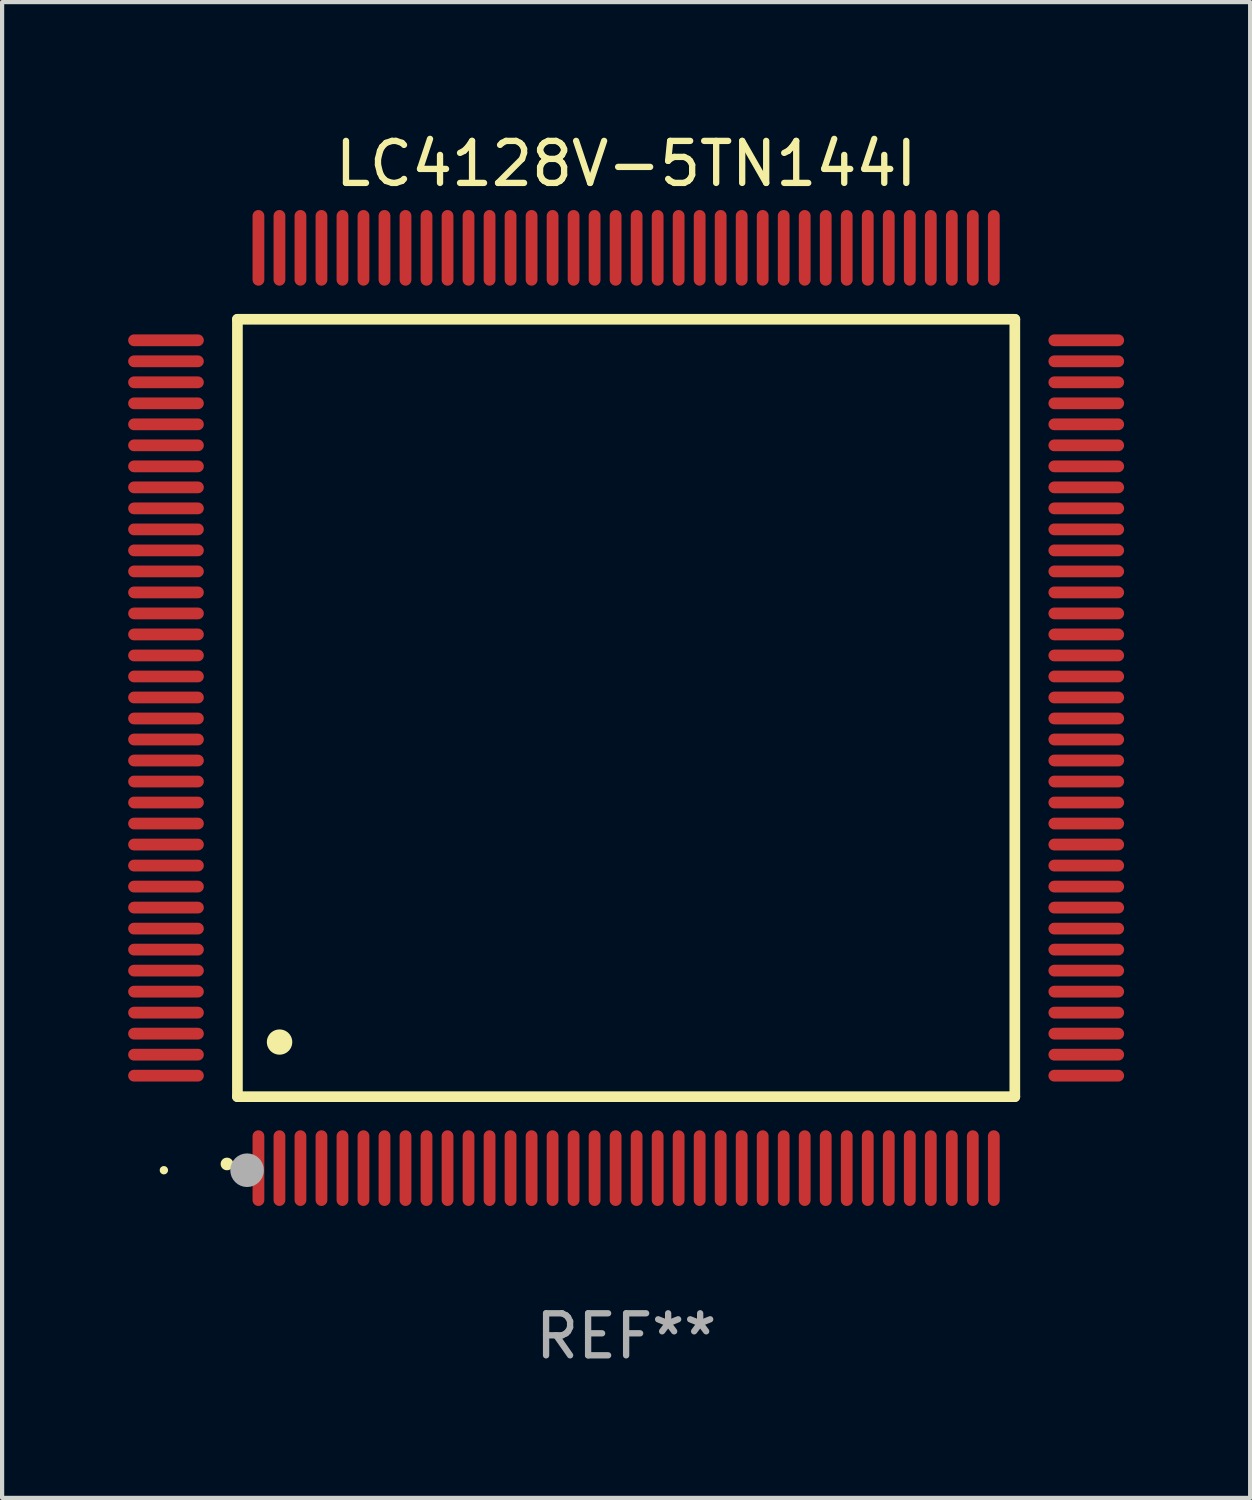
<source format=kicad_pcb>
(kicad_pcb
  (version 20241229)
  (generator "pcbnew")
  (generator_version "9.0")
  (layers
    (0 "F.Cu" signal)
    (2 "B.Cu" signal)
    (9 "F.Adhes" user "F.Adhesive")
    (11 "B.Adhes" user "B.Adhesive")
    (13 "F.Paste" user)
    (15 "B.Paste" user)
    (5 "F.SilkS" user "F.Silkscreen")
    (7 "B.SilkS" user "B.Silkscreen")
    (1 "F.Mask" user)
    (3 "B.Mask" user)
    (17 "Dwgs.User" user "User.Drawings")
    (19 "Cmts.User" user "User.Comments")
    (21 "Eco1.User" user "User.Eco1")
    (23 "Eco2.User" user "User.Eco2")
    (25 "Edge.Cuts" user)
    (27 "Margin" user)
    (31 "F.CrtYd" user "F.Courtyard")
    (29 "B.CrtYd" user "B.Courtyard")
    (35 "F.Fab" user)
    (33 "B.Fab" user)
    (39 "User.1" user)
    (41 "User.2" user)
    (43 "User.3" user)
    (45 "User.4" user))
  (footprint "LC4128V-5TN144I"
    (layer "F.Cu")
    (at 11.85 13.798)
    (property "Reference" "LC4128V-5TN144I" (at 0 -12.95 0) (layer "F.SilkS") (effects (font (size 1 1) (thickness 0.15))))
    (attr through_hole)
    (fp_line (start -9.25 -9.25) (end -9.25 9.25) (stroke (width 0.254) (type solid)) (layer "F.SilkS"))
    (fp_line (start -9.25 9.25) (end 9.25 9.25) (stroke (width 0.254) (type solid)) (layer "F.SilkS"))
    (fp_line (start 9.25 -9.25) (end -9.25 -9.25) (stroke (width 0.254) (type solid)) (layer "F.SilkS"))
    (fp_line (start 9.25 9.25) (end 9.25 -9.25) (stroke (width 0.254) (type solid)) (layer "F.SilkS"))
    (fp_arc (start -9.499619 10.850902) (mid -9.498349 10.850897) (end -9.497079 10.850902) (stroke (width 0.3) (type solid)) (layer "F.SilkS"))
    (fp_arc (start -8.249936 7.950216) (mid -8.247396 7.950205) (end -8.244856 7.950216) (stroke (width 0.6) (type solid)) (layer "F.SilkS"))
    (fp_circle (center -11 11) (end -10.95 11) (stroke (width 0.1) (type solid)) (fill no) (layer "F.SilkS"))
    (fp_circle (center -9.02 11) (end -8.82 11) (stroke (width 0.4) (type solid)) (fill no) (layer "F.Fab"))
    (fp_text user "REF**" (at 0 14.95 0) (layer "F.Fab") (effects (font (size 1 1) (thickness 0.15))))
    (pad "1" smd oval (at -8.75 10.95) (size 0.28 1.8) (layers "F.Cu" "F.Mask" "F.Paste"))
    (pad "2" smd oval (at -8.25 10.95) (size 0.28 1.8) (layers "F.Cu" "F.Mask" "F.Paste"))
    (pad "3" smd oval (at -7.75 10.95) (size 0.28 1.8) (layers "F.Cu" "F.Mask" "F.Paste"))
    (pad "4" smd oval (at -7.25 10.95) (size 0.28 1.8) (layers "F.Cu" "F.Mask" "F.Paste"))
    (pad "5" smd oval (at -6.75 10.95) (size 0.28 1.8) (layers "F.Cu" "F.Mask" "F.Paste"))
    (pad "6" smd oval (at -6.25 10.95) (size 0.28 1.8) (layers "F.Cu" "F.Mask" "F.Paste"))
    (pad "7" smd oval (at -5.75 10.95) (size 0.28 1.8) (layers "F.Cu" "F.Mask" "F.Paste"))
    (pad "8" smd oval (at -5.25 10.95) (size 0.28 1.8) (layers "F.Cu" "F.Mask" "F.Paste"))
    (pad "9" smd oval (at -4.75 10.95) (size 0.28 1.8) (layers "F.Cu" "F.Mask" "F.Paste"))
    (pad "10" smd oval (at -4.25 10.95) (size 0.28 1.8) (layers "F.Cu" "F.Mask" "F.Paste"))
    (pad "11" smd oval (at -3.75 10.95) (size 0.28 1.8) (layers "F.Cu" "F.Mask" "F.Paste"))
    (pad "12" smd oval (at -3.25 10.95) (size 0.28 1.8) (layers "F.Cu" "F.Mask" "F.Paste"))
    (pad "13" smd oval (at -2.75 10.95) (size 0.28 1.8) (layers "F.Cu" "F.Mask" "F.Paste"))
    (pad "14" smd oval (at -2.25 10.95) (size 0.28 1.8) (layers "F.Cu" "F.Mask" "F.Paste"))
    (pad "15" smd oval (at -1.75 10.95) (size 0.28 1.8) (layers "F.Cu" "F.Mask" "F.Paste"))
    (pad "16" smd oval (at -1.25 10.95) (size 0.28 1.8) (layers "F.Cu" "F.Mask" "F.Paste"))
    (pad "17" smd oval (at -0.75 10.95) (size 0.28 1.8) (layers "F.Cu" "F.Mask" "F.Paste"))
    (pad "18" smd oval (at -0.25 10.95) (size 0.28 1.8) (layers "F.Cu" "F.Mask" "F.Paste"))
    (pad "19" smd oval (at 0.25 10.95) (size 0.28 1.8) (layers "F.Cu" "F.Mask" "F.Paste"))
    (pad "20" smd oval (at 0.75 10.95) (size 0.28 1.8) (layers "F.Cu" "F.Mask" "F.Paste"))
    (pad "21" smd oval (at 1.25 10.95) (size 0.28 1.8) (layers "F.Cu" "F.Mask" "F.Paste"))
    (pad "22" smd oval (at 1.75 10.95) (size 0.28 1.8) (layers "F.Cu" "F.Mask" "F.Paste"))
    (pad "23" smd oval (at 2.25 10.95) (size 0.28 1.8) (layers "F.Cu" "F.Mask" "F.Paste"))
    (pad "24" smd oval (at 2.75 10.95) (size 0.28 1.8) (layers "F.Cu" "F.Mask" "F.Paste"))
    (pad "25" smd oval (at 3.25 10.95) (size 0.28 1.8) (layers "F.Cu" "F.Mask" "F.Paste"))
    (pad "26" smd oval (at 3.75 10.95) (size 0.28 1.8) (layers "F.Cu" "F.Mask" "F.Paste"))
    (pad "27" smd oval (at 4.25 10.95) (size 0.28 1.8) (layers "F.Cu" "F.Mask" "F.Paste"))
    (pad "28" smd oval (at 4.75 10.95) (size 0.28 1.8) (layers "F.Cu" "F.Mask" "F.Paste"))
    (pad "29" smd oval (at 5.25 10.95) (size 0.28 1.8) (layers "F.Cu" "F.Mask" "F.Paste"))
    (pad "30" smd oval (at 5.75 10.95) (size 0.28 1.8) (layers "F.Cu" "F.Mask" "F.Paste"))
    (pad "31" smd oval (at 6.25 10.95) (size 0.28 1.8) (layers "F.Cu" "F.Mask" "F.Paste"))
    (pad "32" smd oval (at 6.75 10.95) (size 0.28 1.8) (layers "F.Cu" "F.Mask" "F.Paste"))
    (pad "33" smd oval (at 7.25 10.95) (size 0.28 1.8) (layers "F.Cu" "F.Mask" "F.Paste"))
    (pad "34" smd oval (at 7.75 10.95) (size 0.28 1.8) (layers "F.Cu" "F.Mask" "F.Paste"))
    (pad "35" smd oval (at 8.25 10.95) (size 0.28 1.8) (layers "F.Cu" "F.Mask" "F.Paste"))
    (pad "36" smd oval (at 8.75 10.95) (size 0.28 1.8) (layers "F.Cu" "F.Mask" "F.Paste"))
    (pad "37" smd oval (at 10.95 8.75) (size 1.8 0.28) (layers "F.Cu" "F.Mask" "F.Paste"))
    (pad "38" smd oval (at 10.95 8.25) (size 1.8 0.28) (layers "F.Cu" "F.Mask" "F.Paste"))
    (pad "39" smd oval (at 10.95 7.75) (size 1.8 0.28) (layers "F.Cu" "F.Mask" "F.Paste"))
    (pad "40" smd oval (at 10.95 7.25) (size 1.8 0.28) (layers "F.Cu" "F.Mask" "F.Paste"))
    (pad "41" smd oval (at 10.95 6.75) (size 1.8 0.28) (layers "F.Cu" "F.Mask" "F.Paste"))
    (pad "42" smd oval (at 10.95 6.25) (size 1.8 0.28) (layers "F.Cu" "F.Mask" "F.Paste"))
    (pad "43" smd oval (at 10.95 5.75) (size 1.8 0.28) (layers "F.Cu" "F.Mask" "F.Paste"))
    (pad "44" smd oval (at 10.95 5.25) (size 1.8 0.28) (layers "F.Cu" "F.Mask" "F.Paste"))
    (pad "45" smd oval (at 10.95 4.75) (size 1.8 0.28) (layers "F.Cu" "F.Mask" "F.Paste"))
    (pad "46" smd oval (at 10.95 4.25) (size 1.8 0.28) (layers "F.Cu" "F.Mask" "F.Paste"))
    (pad "47" smd oval (at 10.95 3.75) (size 1.8 0.28) (layers "F.Cu" "F.Mask" "F.Paste"))
    (pad "48" smd oval (at 10.95 3.25) (size 1.8 0.28) (layers "F.Cu" "F.Mask" "F.Paste"))
    (pad "49" smd oval (at 10.95 2.75) (size 1.8 0.28) (layers "F.Cu" "F.Mask" "F.Paste"))
    (pad "50" smd oval (at 10.95 2.25) (size 1.8 0.28) (layers "F.Cu" "F.Mask" "F.Paste"))
    (pad "51" smd oval (at 10.95 1.75) (size 1.8 0.28) (layers "F.Cu" "F.Mask" "F.Paste"))
    (pad "52" smd oval (at 10.95 1.25) (size 1.8 0.28) (layers "F.Cu" "F.Mask" "F.Paste"))
    (pad "53" smd oval (at 10.95 0.75) (size 1.8 0.28) (layers "F.Cu" "F.Mask" "F.Paste"))
    (pad "54" smd oval (at 10.95 0.25) (size 1.8 0.28) (layers "F.Cu" "F.Mask" "F.Paste"))
    (pad "55" smd oval (at 10.95 -0.25) (size 1.8 0.28) (layers "F.Cu" "F.Mask" "F.Paste"))
    (pad "56" smd oval (at 10.95 -0.75) (size 1.8 0.28) (layers "F.Cu" "F.Mask" "F.Paste"))
    (pad "57" smd oval (at 10.95 -1.25) (size 1.8 0.28) (layers "F.Cu" "F.Mask" "F.Paste"))
    (pad "58" smd oval (at 10.95 -1.75) (size 1.8 0.28) (layers "F.Cu" "F.Mask" "F.Paste"))
    (pad "59" smd oval (at 10.95 -2.25) (size 1.8 0.28) (layers "F.Cu" "F.Mask" "F.Paste"))
    (pad "60" smd oval (at 10.95 -2.75) (size 1.8 0.28) (layers "F.Cu" "F.Mask" "F.Paste"))
    (pad "61" smd oval (at 10.95 -3.25) (size 1.8 0.28) (layers "F.Cu" "F.Mask" "F.Paste"))
    (pad "62" smd oval (at 10.95 -3.75) (size 1.8 0.28) (layers "F.Cu" "F.Mask" "F.Paste"))
    (pad "63" smd oval (at 10.95 -4.25) (size 1.8 0.28) (layers "F.Cu" "F.Mask" "F.Paste"))
    (pad "64" smd oval (at 10.95 -4.75) (size 1.8 0.28) (layers "F.Cu" "F.Mask" "F.Paste"))
    (pad "65" smd oval (at 10.95 -5.25) (size 1.8 0.28) (layers "F.Cu" "F.Mask" "F.Paste"))
    (pad "66" smd oval (at 10.95 -5.75) (size 1.8 0.28) (layers "F.Cu" "F.Mask" "F.Paste"))
    (pad "67" smd oval (at 10.95 -6.25) (size 1.8 0.28) (layers "F.Cu" "F.Mask" "F.Paste"))
    (pad "68" smd oval (at 10.95 -6.75) (size 1.8 0.28) (layers "F.Cu" "F.Mask" "F.Paste"))
    (pad "69" smd oval (at 10.95 -7.25) (size 1.8 0.28) (layers "F.Cu" "F.Mask" "F.Paste"))
    (pad "70" smd oval (at 10.95 -7.75) (size 1.8 0.28) (layers "F.Cu" "F.Mask" "F.Paste"))
    (pad "71" smd oval (at 10.95 -8.25) (size 1.8 0.28) (layers "F.Cu" "F.Mask" "F.Paste"))
    (pad "72" smd oval (at 10.95 -8.75) (size 1.8 0.28) (layers "F.Cu" "F.Mask" "F.Paste"))
    (pad "73" smd oval (at 8.75 -10.95) (size 0.28 1.8) (layers "F.Cu" "F.Mask" "F.Paste"))
    (pad "74" smd oval (at 8.25 -10.95) (size 0.28 1.8) (layers "F.Cu" "F.Mask" "F.Paste"))
    (pad "75" smd oval (at 7.75 -10.95) (size 0.28 1.8) (layers "F.Cu" "F.Mask" "F.Paste"))
    (pad "76" smd oval (at 7.25 -10.95) (size 0.28 1.8) (layers "F.Cu" "F.Mask" "F.Paste"))
    (pad "77" smd oval (at 6.75 -10.95) (size 0.28 1.8) (layers "F.Cu" "F.Mask" "F.Paste"))
    (pad "78" smd oval (at 6.25 -10.95) (size 0.28 1.8) (layers "F.Cu" "F.Mask" "F.Paste"))
    (pad "79" smd oval (at 5.75 -10.95) (size 0.28 1.8) (layers "F.Cu" "F.Mask" "F.Paste"))
    (pad "80" smd oval (at 5.25 -10.95) (size 0.28 1.8) (layers "F.Cu" "F.Mask" "F.Paste"))
    (pad "81" smd oval (at 4.75 -10.95) (size 0.28 1.8) (layers "F.Cu" "F.Mask" "F.Paste"))
    (pad "82" smd oval (at 4.25 -10.95) (size 0.28 1.8) (layers "F.Cu" "F.Mask" "F.Paste"))
    (pad "83" smd oval (at 3.75 -10.95) (size 0.28 1.8) (layers "F.Cu" "F.Mask" "F.Paste"))
    (pad "84" smd oval (at 3.25 -10.95) (size 0.28 1.8) (layers "F.Cu" "F.Mask" "F.Paste"))
    (pad "85" smd oval (at 2.75 -10.95) (size 0.28 1.8) (layers "F.Cu" "F.Mask" "F.Paste"))
    (pad "86" smd oval (at 2.25 -10.95) (size 0.28 1.8) (layers "F.Cu" "F.Mask" "F.Paste"))
    (pad "87" smd oval (at 1.75 -10.95) (size 0.28 1.8) (layers "F.Cu" "F.Mask" "F.Paste"))
    (pad "88" smd oval (at 1.25 -10.95) (size 0.28 1.8) (layers "F.Cu" "F.Mask" "F.Paste"))
    (pad "89" smd oval (at 0.75 -10.95) (size 0.28 1.8) (layers "F.Cu" "F.Mask" "F.Paste"))
    (pad "90" smd oval (at 0.25 -10.95) (size 0.28 1.8) (layers "F.Cu" "F.Mask" "F.Paste"))
    (pad "91" smd oval (at -0.25 -10.95) (size 0.28 1.8) (layers "F.Cu" "F.Mask" "F.Paste"))
    (pad "92" smd oval (at -0.75 -10.95) (size 0.28 1.8) (layers "F.Cu" "F.Mask" "F.Paste"))
    (pad "93" smd oval (at -1.25 -10.95) (size 0.28 1.8) (layers "F.Cu" "F.Mask" "F.Paste"))
    (pad "94" smd oval (at -1.75 -10.95) (size 0.28 1.8) (layers "F.Cu" "F.Mask" "F.Paste"))
    (pad "95" smd oval (at -2.25 -10.95) (size 0.28 1.8) (layers "F.Cu" "F.Mask" "F.Paste"))
    (pad "96" smd oval (at -2.75 -10.95) (size 0.28 1.8) (layers "F.Cu" "F.Mask" "F.Paste"))
    (pad "97" smd oval (at -3.25 -10.95) (size 0.28 1.8) (layers "F.Cu" "F.Mask" "F.Paste"))
    (pad "98" smd oval (at -3.75 -10.95) (size 0.28 1.8) (layers "F.Cu" "F.Mask" "F.Paste"))
    (pad "99" smd oval (at -4.25 -10.95) (size 0.28 1.8) (layers "F.Cu" "F.Mask" "F.Paste"))
    (pad "100" smd oval (at -4.75 -10.95) (size 0.28 1.8) (layers "F.Cu" "F.Mask" "F.Paste"))
    (pad "101" smd oval (at -5.25 -10.95) (size 0.28 1.8) (layers "F.Cu" "F.Mask" "F.Paste"))
    (pad "102" smd oval (at -5.75 -10.95) (size 0.28 1.8) (layers "F.Cu" "F.Mask" "F.Paste"))
    (pad "103" smd oval (at -6.25 -10.95) (size 0.28 1.8) (layers "F.Cu" "F.Mask" "F.Paste"))
    (pad "104" smd oval (at -6.75 -10.95) (size 0.28 1.8) (layers "F.Cu" "F.Mask" "F.Paste"))
    (pad "105" smd oval (at -7.25 -10.95) (size 0.28 1.8) (layers "F.Cu" "F.Mask" "F.Paste"))
    (pad "106" smd oval (at -7.75 -10.95) (size 0.28 1.8) (layers "F.Cu" "F.Mask" "F.Paste"))
    (pad "107" smd oval (at -8.25 -10.95) (size 0.28 1.8) (layers "F.Cu" "F.Mask" "F.Paste"))
    (pad "108" smd oval (at -8.75 -10.95) (size 0.28 1.8) (layers "F.Cu" "F.Mask" "F.Paste"))
    (pad "109" smd oval (at -10.95 -8.75) (size 1.8 0.28) (layers "F.Cu" "F.Mask" "F.Paste"))
    (pad "110" smd oval (at -10.95 -8.25) (size 1.8 0.28) (layers "F.Cu" "F.Mask" "F.Paste"))
    (pad "111" smd oval (at -10.95 -7.75) (size 1.8 0.28) (layers "F.Cu" "F.Mask" "F.Paste"))
    (pad "112" smd oval (at -10.95 -7.25) (size 1.8 0.28) (layers "F.Cu" "F.Mask" "F.Paste"))
    (pad "113" smd oval (at -10.95 -6.75) (size 1.8 0.28) (layers "F.Cu" "F.Mask" "F.Paste"))
    (pad "114" smd oval (at -10.95 -6.25) (size 1.8 0.28) (layers "F.Cu" "F.Mask" "F.Paste"))
    (pad "115" smd oval (at -10.95 -5.75) (size 1.8 0.28) (layers "F.Cu" "F.Mask" "F.Paste"))
    (pad "116" smd oval (at -10.95 -5.25) (size 1.8 0.28) (layers "F.Cu" "F.Mask" "F.Paste"))
    (pad "117" smd oval (at -10.95 -4.75) (size 1.8 0.28) (layers "F.Cu" "F.Mask" "F.Paste"))
    (pad "118" smd oval (at -10.95 -4.25) (size 1.8 0.28) (layers "F.Cu" "F.Mask" "F.Paste"))
    (pad "119" smd oval (at -10.95 -3.75) (size 1.8 0.28) (layers "F.Cu" "F.Mask" "F.Paste"))
    (pad "120" smd oval (at -10.95 -3.25) (size 1.8 0.28) (layers "F.Cu" "F.Mask" "F.Paste"))
    (pad "121" smd oval (at -10.95 -2.75) (size 1.8 0.28) (layers "F.Cu" "F.Mask" "F.Paste"))
    (pad "122" smd oval (at -10.95 -2.25) (size 1.8 0.28) (layers "F.Cu" "F.Mask" "F.Paste"))
    (pad "123" smd oval (at -10.95 -1.75) (size 1.8 0.28) (layers "F.Cu" "F.Mask" "F.Paste"))
    (pad "124" smd oval (at -10.95 -1.25) (size 1.8 0.28) (layers "F.Cu" "F.Mask" "F.Paste"))
    (pad "125" smd oval (at -10.95 -0.75) (size 1.8 0.28) (layers "F.Cu" "F.Mask" "F.Paste"))
    (pad "126" smd oval (at -10.95 -0.25) (size 1.8 0.28) (layers "F.Cu" "F.Mask" "F.Paste"))
    (pad "127" smd oval (at -10.95 0.25) (size 1.8 0.28) (layers "F.Cu" "F.Mask" "F.Paste"))
    (pad "128" smd oval (at -10.95 0.75) (size 1.8 0.28) (layers "F.Cu" "F.Mask" "F.Paste"))
    (pad "129" smd oval (at -10.95 1.25) (size 1.8 0.28) (layers "F.Cu" "F.Mask" "F.Paste"))
    (pad "130" smd oval (at -10.95 1.75) (size 1.8 0.28) (layers "F.Cu" "F.Mask" "F.Paste"))
    (pad "131" smd oval (at -10.95 2.25) (size 1.8 0.28) (layers "F.Cu" "F.Mask" "F.Paste"))
    (pad "132" smd oval (at -10.95 2.75) (size 1.8 0.28) (layers "F.Cu" "F.Mask" "F.Paste"))
    (pad "133" smd oval (at -10.95 3.25) (size 1.8 0.28) (layers "F.Cu" "F.Mask" "F.Paste"))
    (pad "134" smd oval (at -10.95 3.75) (size 1.8 0.28) (layers "F.Cu" "F.Mask" "F.Paste"))
    (pad "135" smd oval (at -10.95 4.25) (size 1.8 0.28) (layers "F.Cu" "F.Mask" "F.Paste"))
    (pad "136" smd oval (at -10.95 4.75) (size 1.8 0.28) (layers "F.Cu" "F.Mask" "F.Paste"))
    (pad "137" smd oval (at -10.95 5.25) (size 1.8 0.28) (layers "F.Cu" "F.Mask" "F.Paste"))
    (pad "138" smd oval (at -10.95 5.75) (size 1.8 0.28) (layers "F.Cu" "F.Mask" "F.Paste"))
    (pad "139" smd oval (at -10.95 6.25) (size 1.8 0.28) (layers "F.Cu" "F.Mask" "F.Paste"))
    (pad "140" smd oval (at -10.95 6.75) (size 1.8 0.28) (layers "F.Cu" "F.Mask" "F.Paste"))
    (pad "141" smd oval (at -10.95 7.25) (size 1.8 0.28) (layers "F.Cu" "F.Mask" "F.Paste"))
    (pad "142" smd oval (at -10.95 7.75) (size 1.8 0.28) (layers "F.Cu" "F.Mask" "F.Paste"))
    (pad "143" smd oval (at -10.95 8.25) (size 1.8 0.28) (layers "F.Cu" "F.Mask" "F.Paste"))
    (pad "144" smd oval (at -10.95 8.75) (size 1.8 0.28) (layers "F.Cu" "F.Mask" "F.Paste")))
  (gr_rect
    (start -3 -3)
    (end 26.7 32.596)
    (stroke (width 0.1) (type default))
    (fill no)
    (layer "Edge.Cuts")))
</source>
